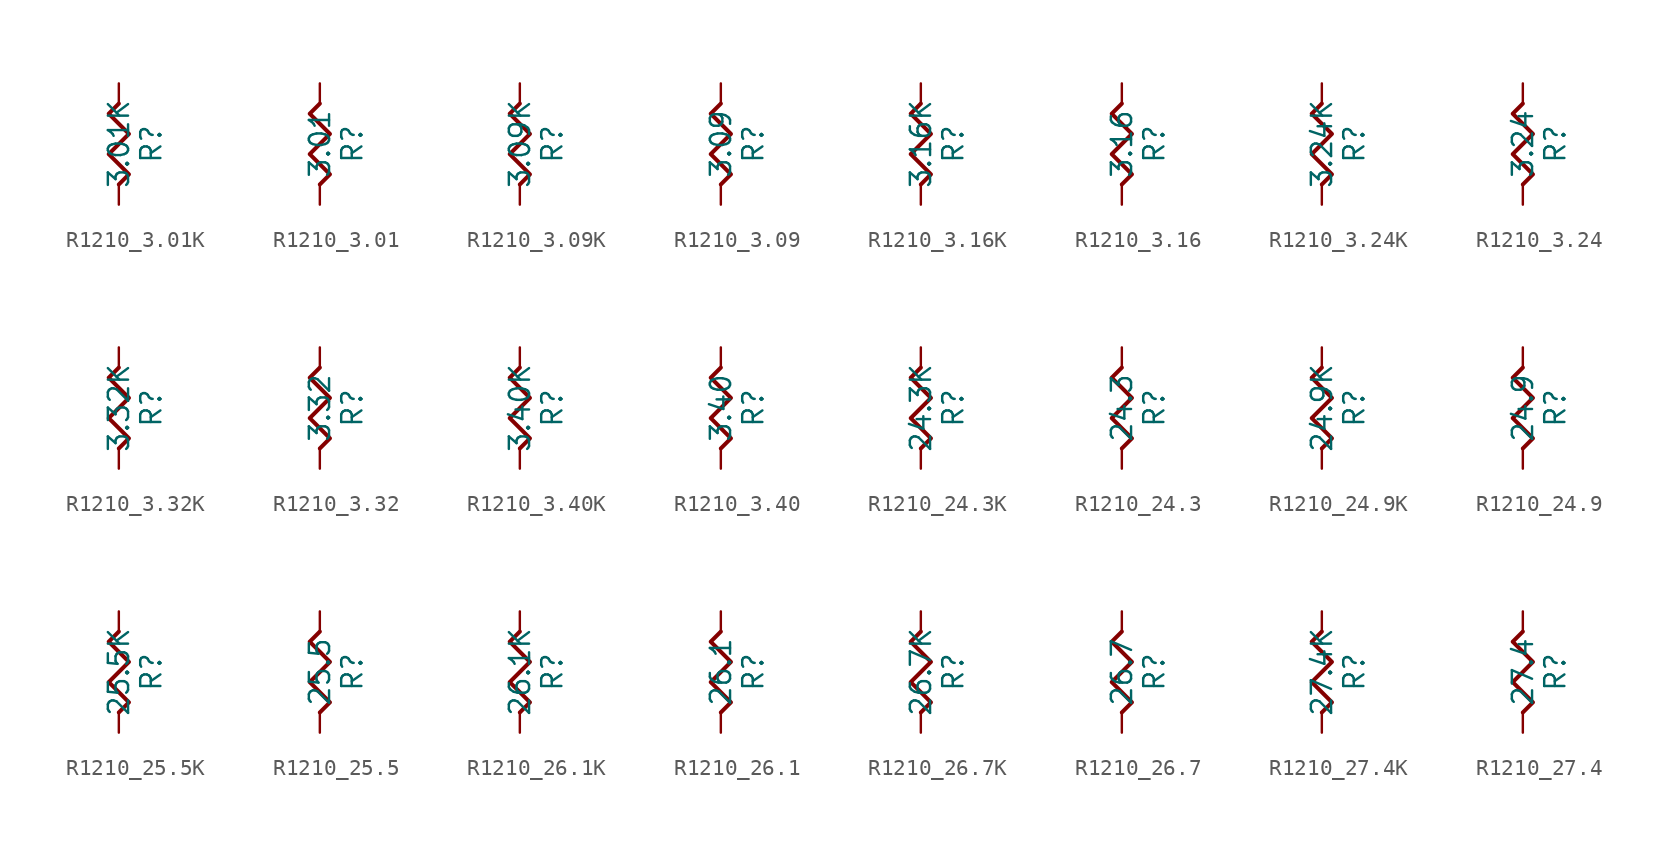
<source format=kicad_sym>
(kicad_symbol_lib
  (version 20211014)
  (generator atlantix-eda)
  (symbol "R1210_3.01K"
    (pin_numbers hide)
    (pin_names
      (offset 0))
    (property "Reference" "R"
      (at 2.032 0 90)
      (effects (font (size 1.27 1.27))))
    (property "Value" "3.01K"
      (at 0 0 90)
      (effects (font (size 1.27 1.27))))
    (symbol "R1210_3.01K_0_1"
      (polyline (pts (xy 0 -2.54) (xy 0.635 -1.905) (xy -0.635 -0.635) (xy 0.635 0.635) (xy -0.635 1.905) (xy 0 2.54)) (stroke (width 0.254) (type default) (color 0 0 0 0)) (fill (type none))))
    (symbol "R1210_3.01K_1_1"
      (pin passive line (at 0 3.81 270) (length 1.27) (name "~" (effects (font (size 1.27 1.27)))) (number "1" (effects (font (size 1.27 1.27)))))
      (pin passive line (at 0 -3.81 90) (length 1.27) (name "~" (effects (font (size 1.27 1.27)))) (number "2" (effects (font (size 1.27 1.27)))))))
  (symbol "R1210_3.01"
    (pin_numbers hide)
    (pin_names
      (offset 0))
    (property "Reference" "R"
      (at 2.032 0 90)
      (effects (font (size 1.27 1.27))))
    (property "Value" "3.01"
      (at 0 0 90)
      (effects (font (size 1.27 1.27))))
    (symbol "R1210_3.01_0_1"
      (polyline (pts (xy 0 -2.54) (xy 0.635 -1.905) (xy -0.635 -0.635) (xy 0.635 0.635) (xy -0.635 1.905) (xy 0 2.54)) (stroke (width 0.254) (type default) (color 0 0 0 0)) (fill (type none))))
    (symbol "R1210_3.01_1_1"
      (pin passive line (at 0 3.81 270) (length 1.27) (name "~" (effects (font (size 1.27 1.27)))) (number "1" (effects (font (size 1.27 1.27)))))
      (pin passive line (at 0 -3.81 90) (length 1.27) (name "~" (effects (font (size 1.27 1.27)))) (number "2" (effects (font (size 1.27 1.27)))))))
  (symbol "R1210_3.09K"
    (pin_numbers hide)
    (pin_names
      (offset 0))
    (property "Reference" "R"
      (at 2.032 0 90)
      (effects (font (size 1.27 1.27))))
    (property "Value" "3.09K"
      (at 0 0 90)
      (effects (font (size 1.27 1.27))))
    (symbol "R1210_3.09K_0_1"
      (polyline (pts (xy 0 -2.54) (xy 0.635 -1.905) (xy -0.635 -0.635) (xy 0.635 0.635) (xy -0.635 1.905) (xy 0 2.54)) (stroke (width 0.254) (type default) (color 0 0 0 0)) (fill (type none))))
    (symbol "R1210_3.09K_1_1"
      (pin passive line (at 0 3.81 270) (length 1.27) (name "~" (effects (font (size 1.27 1.27)))) (number "1" (effects (font (size 1.27 1.27)))))
      (pin passive line (at 0 -3.81 90) (length 1.27) (name "~" (effects (font (size 1.27 1.27)))) (number "2" (effects (font (size 1.27 1.27)))))))
  (symbol "R1210_3.09"
    (pin_numbers hide)
    (pin_names
      (offset 0))
    (property "Reference" "R"
      (at 2.032 0 90)
      (effects (font (size 1.27 1.27))))
    (property "Value" "3.09"
      (at 0 0 90)
      (effects (font (size 1.27 1.27))))
    (symbol "R1210_3.09_0_1"
      (polyline (pts (xy 0 -2.54) (xy 0.635 -1.905) (xy -0.635 -0.635) (xy 0.635 0.635) (xy -0.635 1.905) (xy 0 2.54)) (stroke (width 0.254) (type default) (color 0 0 0 0)) (fill (type none))))
    (symbol "R1210_3.09_1_1"
      (pin passive line (at 0 3.81 270) (length 1.27) (name "~" (effects (font (size 1.27 1.27)))) (number "1" (effects (font (size 1.27 1.27)))))
      (pin passive line (at 0 -3.81 90) (length 1.27) (name "~" (effects (font (size 1.27 1.27)))) (number "2" (effects (font (size 1.27 1.27)))))))
  (symbol "R1210_3.16K"
    (pin_numbers hide)
    (pin_names
      (offset 0))
    (property "Reference" "R"
      (at 2.032 0 90)
      (effects (font (size 1.27 1.27))))
    (property "Value" "3.16K"
      (at 0 0 90)
      (effects (font (size 1.27 1.27))))
    (symbol "R1210_3.16K_0_1"
      (polyline (pts (xy 0 -2.54) (xy 0.635 -1.905) (xy -0.635 -0.635) (xy 0.635 0.635) (xy -0.635 1.905) (xy 0 2.54)) (stroke (width 0.254) (type default) (color 0 0 0 0)) (fill (type none))))
    (symbol "R1210_3.16K_1_1"
      (pin passive line (at 0 3.81 270) (length 1.27) (name "~" (effects (font (size 1.27 1.27)))) (number "1" (effects (font (size 1.27 1.27)))))
      (pin passive line (at 0 -3.81 90) (length 1.27) (name "~" (effects (font (size 1.27 1.27)))) (number "2" (effects (font (size 1.27 1.27)))))))
  (symbol "R1210_3.16"
    (pin_numbers hide)
    (pin_names
      (offset 0))
    (property "Reference" "R"
      (at 2.032 0 90)
      (effects (font (size 1.27 1.27))))
    (property "Value" "3.16"
      (at 0 0 90)
      (effects (font (size 1.27 1.27))))
    (symbol "R1210_3.16_0_1"
      (polyline (pts (xy 0 -2.54) (xy 0.635 -1.905) (xy -0.635 -0.635) (xy 0.635 0.635) (xy -0.635 1.905) (xy 0 2.54)) (stroke (width 0.254) (type default) (color 0 0 0 0)) (fill (type none))))
    (symbol "R1210_3.16_1_1"
      (pin passive line (at 0 3.81 270) (length 1.27) (name "~" (effects (font (size 1.27 1.27)))) (number "1" (effects (font (size 1.27 1.27)))))
      (pin passive line (at 0 -3.81 90) (length 1.27) (name "~" (effects (font (size 1.27 1.27)))) (number "2" (effects (font (size 1.27 1.27)))))))
  (symbol "R1210_3.24K"
    (pin_numbers hide)
    (pin_names
      (offset 0))
    (property "Reference" "R"
      (at 2.032 0 90)
      (effects (font (size 1.27 1.27))))
    (property "Value" "3.24K"
      (at 0 0 90)
      (effects (font (size 1.27 1.27))))
    (symbol "R1210_3.24K_0_1"
      (polyline (pts (xy 0 -2.54) (xy 0.635 -1.905) (xy -0.635 -0.635) (xy 0.635 0.635) (xy -0.635 1.905) (xy 0 2.54)) (stroke (width 0.254) (type default) (color 0 0 0 0)) (fill (type none))))
    (symbol "R1210_3.24K_1_1"
      (pin passive line (at 0 3.81 270) (length 1.27) (name "~" (effects (font (size 1.27 1.27)))) (number "1" (effects (font (size 1.27 1.27)))))
      (pin passive line (at 0 -3.81 90) (length 1.27) (name "~" (effects (font (size 1.27 1.27)))) (number "2" (effects (font (size 1.27 1.27)))))))
  (symbol "R1210_3.24"
    (pin_numbers hide)
    (pin_names
      (offset 0))
    (property "Reference" "R"
      (at 2.032 0 90)
      (effects (font (size 1.27 1.27))))
    (property "Value" "3.24"
      (at 0 0 90)
      (effects (font (size 1.27 1.27))))
    (symbol "R1210_3.24_0_1"
      (polyline (pts (xy 0 -2.54) (xy 0.635 -1.905) (xy -0.635 -0.635) (xy 0.635 0.635) (xy -0.635 1.905) (xy 0 2.54)) (stroke (width 0.254) (type default) (color 0 0 0 0)) (fill (type none))))
    (symbol "R1210_3.24_1_1"
      (pin passive line (at 0 3.81 270) (length 1.27) (name "~" (effects (font (size 1.27 1.27)))) (number "1" (effects (font (size 1.27 1.27)))))
      (pin passive line (at 0 -3.81 90) (length 1.27) (name "~" (effects (font (size 1.27 1.27)))) (number "2" (effects (font (size 1.27 1.27)))))))
  (symbol "R1210_3.32K"
    (pin_numbers hide)
    (pin_names
      (offset 0))
    (property "Reference" "R"
      (at 2.032 0 90)
      (effects (font (size 1.27 1.27))))
    (property "Value" "3.32K"
      (at 0 0 90)
      (effects (font (size 1.27 1.27))))
    (symbol "R1210_3.32K_0_1"
      (polyline (pts (xy 0 -2.54) (xy 0.635 -1.905) (xy -0.635 -0.635) (xy 0.635 0.635) (xy -0.635 1.905) (xy 0 2.54)) (stroke (width 0.254) (type default) (color 0 0 0 0)) (fill (type none))))
    (symbol "R1210_3.32K_1_1"
      (pin passive line (at 0 3.81 270) (length 1.27) (name "~" (effects (font (size 1.27 1.27)))) (number "1" (effects (font (size 1.27 1.27)))))
      (pin passive line (at 0 -3.81 90) (length 1.27) (name "~" (effects (font (size 1.27 1.27)))) (number "2" (effects (font (size 1.27 1.27)))))))
  (symbol "R1210_3.32"
    (pin_numbers hide)
    (pin_names
      (offset 0))
    (property "Reference" "R"
      (at 2.032 0 90)
      (effects (font (size 1.27 1.27))))
    (property "Value" "3.32"
      (at 0 0 90)
      (effects (font (size 1.27 1.27))))
    (symbol "R1210_3.32_0_1"
      (polyline (pts (xy 0 -2.54) (xy 0.635 -1.905) (xy -0.635 -0.635) (xy 0.635 0.635) (xy -0.635 1.905) (xy 0 2.54)) (stroke (width 0.254) (type default) (color 0 0 0 0)) (fill (type none))))
    (symbol "R1210_3.32_1_1"
      (pin passive line (at 0 3.81 270) (length 1.27) (name "~" (effects (font (size 1.27 1.27)))) (number "1" (effects (font (size 1.27 1.27)))))
      (pin passive line (at 0 -3.81 90) (length 1.27) (name "~" (effects (font (size 1.27 1.27)))) (number "2" (effects (font (size 1.27 1.27)))))))
  (symbol "R1210_3.40K"
    (pin_numbers hide)
    (pin_names
      (offset 0))
    (property "Reference" "R"
      (at 2.032 0 90)
      (effects (font (size 1.27 1.27))))
    (property "Value" "3.40K"
      (at 0 0 90)
      (effects (font (size 1.27 1.27))))
    (symbol "R1210_3.40K_0_1"
      (polyline (pts (xy 0 -2.54) (xy 0.635 -1.905) (xy -0.635 -0.635) (xy 0.635 0.635) (xy -0.635 1.905) (xy 0 2.54)) (stroke (width 0.254) (type default) (color 0 0 0 0)) (fill (type none))))
    (symbol "R1210_3.40K_1_1"
      (pin passive line (at 0 3.81 270) (length 1.27) (name "~" (effects (font (size 1.27 1.27)))) (number "1" (effects (font (size 1.27 1.27)))))
      (pin passive line (at 0 -3.81 90) (length 1.27) (name "~" (effects (font (size 1.27 1.27)))) (number "2" (effects (font (size 1.27 1.27)))))))
  (symbol "R1210_3.40"
    (pin_numbers hide)
    (pin_names
      (offset 0))
    (property "Reference" "R"
      (at 2.032 0 90)
      (effects (font (size 1.27 1.27))))
    (property "Value" "3.40"
      (at 0 0 90)
      (effects (font (size 1.27 1.27))))
    (symbol "R1210_3.40_0_1"
      (polyline (pts (xy 0 -2.54) (xy 0.635 -1.905) (xy -0.635 -0.635) (xy 0.635 0.635) (xy -0.635 1.905) (xy 0 2.54)) (stroke (width 0.254) (type default) (color 0 0 0 0)) (fill (type none))))
    (symbol "R1210_3.40_1_1"
      (pin passive line (at 0 3.81 270) (length 1.27) (name "~" (effects (font (size 1.27 1.27)))) (number "1" (effects (font (size 1.27 1.27)))))
      (pin passive line (at 0 -3.81 90) (length 1.27) (name "~" (effects (font (size 1.27 1.27)))) (number "2" (effects (font (size 1.27 1.27)))))))
  (symbol "R1210_24.3K"
    (pin_numbers hide)
    (pin_names
      (offset 0))
    (property "Reference" "R"
      (at 2.032 0 90)
      (effects (font (size 1.27 1.27))))
    (property "Value" "24.3K"
      (at 0 0 90)
      (effects (font (size 1.27 1.27))))
    (symbol "R1210_24.3K_0_1"
      (polyline (pts (xy 0 -2.54) (xy 0.635 -1.905) (xy -0.635 -0.635) (xy 0.635 0.635) (xy -0.635 1.905) (xy 0 2.54)) (stroke (width 0.254) (type default) (color 0 0 0 0)) (fill (type none))))
    (symbol "R1210_24.3K_1_1"
      (pin passive line (at 0 3.81 270) (length 1.27) (name "~" (effects (font (size 1.27 1.27)))) (number "1" (effects (font (size 1.27 1.27)))))
      (pin passive line (at 0 -3.81 90) (length 1.27) (name "~" (effects (font (size 1.27 1.27)))) (number "2" (effects (font (size 1.27 1.27)))))))
  (symbol "R1210_24.3"
    (pin_numbers hide)
    (pin_names
      (offset 0))
    (property "Reference" "R"
      (at 2.032 0 90)
      (effects (font (size 1.27 1.27))))
    (property "Value" "24.3"
      (at 0 0 90)
      (effects (font (size 1.27 1.27))))
    (symbol "R1210_24.3_0_1"
      (polyline (pts (xy 0 -2.54) (xy 0.635 -1.905) (xy -0.635 -0.635) (xy 0.635 0.635) (xy -0.635 1.905) (xy 0 2.54)) (stroke (width 0.254) (type default) (color 0 0 0 0)) (fill (type none))))
    (symbol "R1210_24.3_1_1"
      (pin passive line (at 0 3.81 270) (length 1.27) (name "~" (effects (font (size 1.27 1.27)))) (number "1" (effects (font (size 1.27 1.27)))))
      (pin passive line (at 0 -3.81 90) (length 1.27) (name "~" (effects (font (size 1.27 1.27)))) (number "2" (effects (font (size 1.27 1.27)))))))
  (symbol "R1210_24.9K"
    (pin_numbers hide)
    (pin_names
      (offset 0))
    (property "Reference" "R"
      (at 2.032 0 90)
      (effects (font (size 1.27 1.27))))
    (property "Value" "24.9K"
      (at 0 0 90)
      (effects (font (size 1.27 1.27))))
    (symbol "R1210_24.9K_0_1"
      (polyline (pts (xy 0 -2.54) (xy 0.635 -1.905) (xy -0.635 -0.635) (xy 0.635 0.635) (xy -0.635 1.905) (xy 0 2.54)) (stroke (width 0.254) (type default) (color 0 0 0 0)) (fill (type none))))
    (symbol "R1210_24.9K_1_1"
      (pin passive line (at 0 3.81 270) (length 1.27) (name "~" (effects (font (size 1.27 1.27)))) (number "1" (effects (font (size 1.27 1.27)))))
      (pin passive line (at 0 -3.81 90) (length 1.27) (name "~" (effects (font (size 1.27 1.27)))) (number "2" (effects (font (size 1.27 1.27)))))))
  (symbol "R1210_24.9"
    (pin_numbers hide)
    (pin_names
      (offset 0))
    (property "Reference" "R"
      (at 2.032 0 90)
      (effects (font (size 1.27 1.27))))
    (property "Value" "24.9"
      (at 0 0 90)
      (effects (font (size 1.27 1.27))))
    (symbol "R1210_24.9_0_1"
      (polyline (pts (xy 0 -2.54) (xy 0.635 -1.905) (xy -0.635 -0.635) (xy 0.635 0.635) (xy -0.635 1.905) (xy 0 2.54)) (stroke (width 0.254) (type default) (color 0 0 0 0)) (fill (type none))))
    (symbol "R1210_24.9_1_1"
      (pin passive line (at 0 3.81 270) (length 1.27) (name "~" (effects (font (size 1.27 1.27)))) (number "1" (effects (font (size 1.27 1.27)))))
      (pin passive line (at 0 -3.81 90) (length 1.27) (name "~" (effects (font (size 1.27 1.27)))) (number "2" (effects (font (size 1.27 1.27)))))))
  (symbol "R1210_25.5K"
    (pin_numbers hide)
    (pin_names
      (offset 0))
    (property "Reference" "R"
      (at 2.032 0 90)
      (effects (font (size 1.27 1.27))))
    (property "Value" "25.5K"
      (at 0 0 90)
      (effects (font (size 1.27 1.27))))
    (symbol "R1210_25.5K_0_1"
      (polyline (pts (xy 0 -2.54) (xy 0.635 -1.905) (xy -0.635 -0.635) (xy 0.635 0.635) (xy -0.635 1.905) (xy 0 2.54)) (stroke (width 0.254) (type default) (color 0 0 0 0)) (fill (type none))))
    (symbol "R1210_25.5K_1_1"
      (pin passive line (at 0 3.81 270) (length 1.27) (name "~" (effects (font (size 1.27 1.27)))) (number "1" (effects (font (size 1.27 1.27)))))
      (pin passive line (at 0 -3.81 90) (length 1.27) (name "~" (effects (font (size 1.27 1.27)))) (number "2" (effects (font (size 1.27 1.27)))))))
  (symbol "R1210_25.5"
    (pin_numbers hide)
    (pin_names
      (offset 0))
    (property "Reference" "R"
      (at 2.032 0 90)
      (effects (font (size 1.27 1.27))))
    (property "Value" "25.5"
      (at 0 0 90)
      (effects (font (size 1.27 1.27))))
    (symbol "R1210_25.5_0_1"
      (polyline (pts (xy 0 -2.54) (xy 0.635 -1.905) (xy -0.635 -0.635) (xy 0.635 0.635) (xy -0.635 1.905) (xy 0 2.54)) (stroke (width 0.254) (type default) (color 0 0 0 0)) (fill (type none))))
    (symbol "R1210_25.5_1_1"
      (pin passive line (at 0 3.81 270) (length 1.27) (name "~" (effects (font (size 1.27 1.27)))) (number "1" (effects (font (size 1.27 1.27)))))
      (pin passive line (at 0 -3.81 90) (length 1.27) (name "~" (effects (font (size 1.27 1.27)))) (number "2" (effects (font (size 1.27 1.27)))))))
  (symbol "R1210_26.1K"
    (pin_numbers hide)
    (pin_names
      (offset 0))
    (property "Reference" "R"
      (at 2.032 0 90)
      (effects (font (size 1.27 1.27))))
    (property "Value" "26.1K"
      (at 0 0 90)
      (effects (font (size 1.27 1.27))))
    (symbol "R1210_26.1K_0_1"
      (polyline (pts (xy 0 -2.54) (xy 0.635 -1.905) (xy -0.635 -0.635) (xy 0.635 0.635) (xy -0.635 1.905) (xy 0 2.54)) (stroke (width 0.254) (type default) (color 0 0 0 0)) (fill (type none))))
    (symbol "R1210_26.1K_1_1"
      (pin passive line (at 0 3.81 270) (length 1.27) (name "~" (effects (font (size 1.27 1.27)))) (number "1" (effects (font (size 1.27 1.27)))))
      (pin passive line (at 0 -3.81 90) (length 1.27) (name "~" (effects (font (size 1.27 1.27)))) (number "2" (effects (font (size 1.27 1.27)))))))
  (symbol "R1210_26.1"
    (pin_numbers hide)
    (pin_names
      (offset 0))
    (property "Reference" "R"
      (at 2.032 0 90)
      (effects (font (size 1.27 1.27))))
    (property "Value" "26.1"
      (at 0 0 90)
      (effects (font (size 1.27 1.27))))
    (symbol "R1210_26.1_0_1"
      (polyline (pts (xy 0 -2.54) (xy 0.635 -1.905) (xy -0.635 -0.635) (xy 0.635 0.635) (xy -0.635 1.905) (xy 0 2.54)) (stroke (width 0.254) (type default) (color 0 0 0 0)) (fill (type none))))
    (symbol "R1210_26.1_1_1"
      (pin passive line (at 0 3.81 270) (length 1.27) (name "~" (effects (font (size 1.27 1.27)))) (number "1" (effects (font (size 1.27 1.27)))))
      (pin passive line (at 0 -3.81 90) (length 1.27) (name "~" (effects (font (size 1.27 1.27)))) (number "2" (effects (font (size 1.27 1.27)))))))
  (symbol "R1210_26.7K"
    (pin_numbers hide)
    (pin_names
      (offset 0))
    (property "Reference" "R"
      (at 2.032 0 90)
      (effects (font (size 1.27 1.27))))
    (property "Value" "26.7K"
      (at 0 0 90)
      (effects (font (size 1.27 1.27))))
    (symbol "R1210_26.7K_0_1"
      (polyline (pts (xy 0 -2.54) (xy 0.635 -1.905) (xy -0.635 -0.635) (xy 0.635 0.635) (xy -0.635 1.905) (xy 0 2.54)) (stroke (width 0.254) (type default) (color 0 0 0 0)) (fill (type none))))
    (symbol "R1210_26.7K_1_1"
      (pin passive line (at 0 3.81 270) (length 1.27) (name "~" (effects (font (size 1.27 1.27)))) (number "1" (effects (font (size 1.27 1.27)))))
      (pin passive line (at 0 -3.81 90) (length 1.27) (name "~" (effects (font (size 1.27 1.27)))) (number "2" (effects (font (size 1.27 1.27)))))))
  (symbol "R1210_26.7"
    (pin_numbers hide)
    (pin_names
      (offset 0))
    (property "Reference" "R"
      (at 2.032 0 90)
      (effects (font (size 1.27 1.27))))
    (property "Value" "26.7"
      (at 0 0 90)
      (effects (font (size 1.27 1.27))))
    (symbol "R1210_26.7_0_1"
      (polyline (pts (xy 0 -2.54) (xy 0.635 -1.905) (xy -0.635 -0.635) (xy 0.635 0.635) (xy -0.635 1.905) (xy 0 2.54)) (stroke (width 0.254) (type default) (color 0 0 0 0)) (fill (type none))))
    (symbol "R1210_26.7_1_1"
      (pin passive line (at 0 3.81 270) (length 1.27) (name "~" (effects (font (size 1.27 1.27)))) (number "1" (effects (font (size 1.27 1.27)))))
      (pin passive line (at 0 -3.81 90) (length 1.27) (name "~" (effects (font (size 1.27 1.27)))) (number "2" (effects (font (size 1.27 1.27)))))))
  (symbol "R1210_27.4K"
    (pin_numbers hide)
    (pin_names
      (offset 0))
    (property "Reference" "R"
      (at 2.032 0 90)
      (effects (font (size 1.27 1.27))))
    (property "Value" "27.4K"
      (at 0 0 90)
      (effects (font (size 1.27 1.27))))
    (symbol "R1210_27.4K_0_1"
      (polyline (pts (xy 0 -2.54) (xy 0.635 -1.905) (xy -0.635 -0.635) (xy 0.635 0.635) (xy -0.635 1.905) (xy 0 2.54)) (stroke (width 0.254) (type default) (color 0 0 0 0)) (fill (type none))))
    (symbol "R1210_27.4K_1_1"
      (pin passive line (at 0 3.81 270) (length 1.27) (name "~" (effects (font (size 1.27 1.27)))) (number "1" (effects (font (size 1.27 1.27)))))
      (pin passive line (at 0 -3.81 90) (length 1.27) (name "~" (effects (font (size 1.27 1.27)))) (number "2" (effects (font (size 1.27 1.27)))))))
  (symbol "R1210_27.4"
    (pin_numbers hide)
    (pin_names
      (offset 0))
    (property "Reference" "R"
      (at 2.032 0 90)
      (effects (font (size 1.27 1.27))))
    (property "Value" "27.4"
      (at 0 0 90)
      (effects (font (size 1.27 1.27))))
    (symbol "R1210_27.4_0_1"
      (polyline (pts (xy 0 -2.54) (xy 0.635 -1.905) (xy -0.635 -0.635) (xy 0.635 0.635) (xy -0.635 1.905) (xy 0 2.54)) (stroke (width 0.254) (type default) (color 0 0 0 0)) (fill (type none))))
    (symbol "R1210_27.4_1_1"
      (pin passive line (at 0 3.81 270) (length 1.27) (name "~" (effects (font (size 1.27 1.27)))) (number "1" (effects (font (size 1.27 1.27)))))
      (pin passive line (at 0 -3.81 90) (length 1.27) (name "~" (effects (font (size 1.27 1.27)))) (number "2" (effects (font (size 1.27 1.27))))))))
</source>
